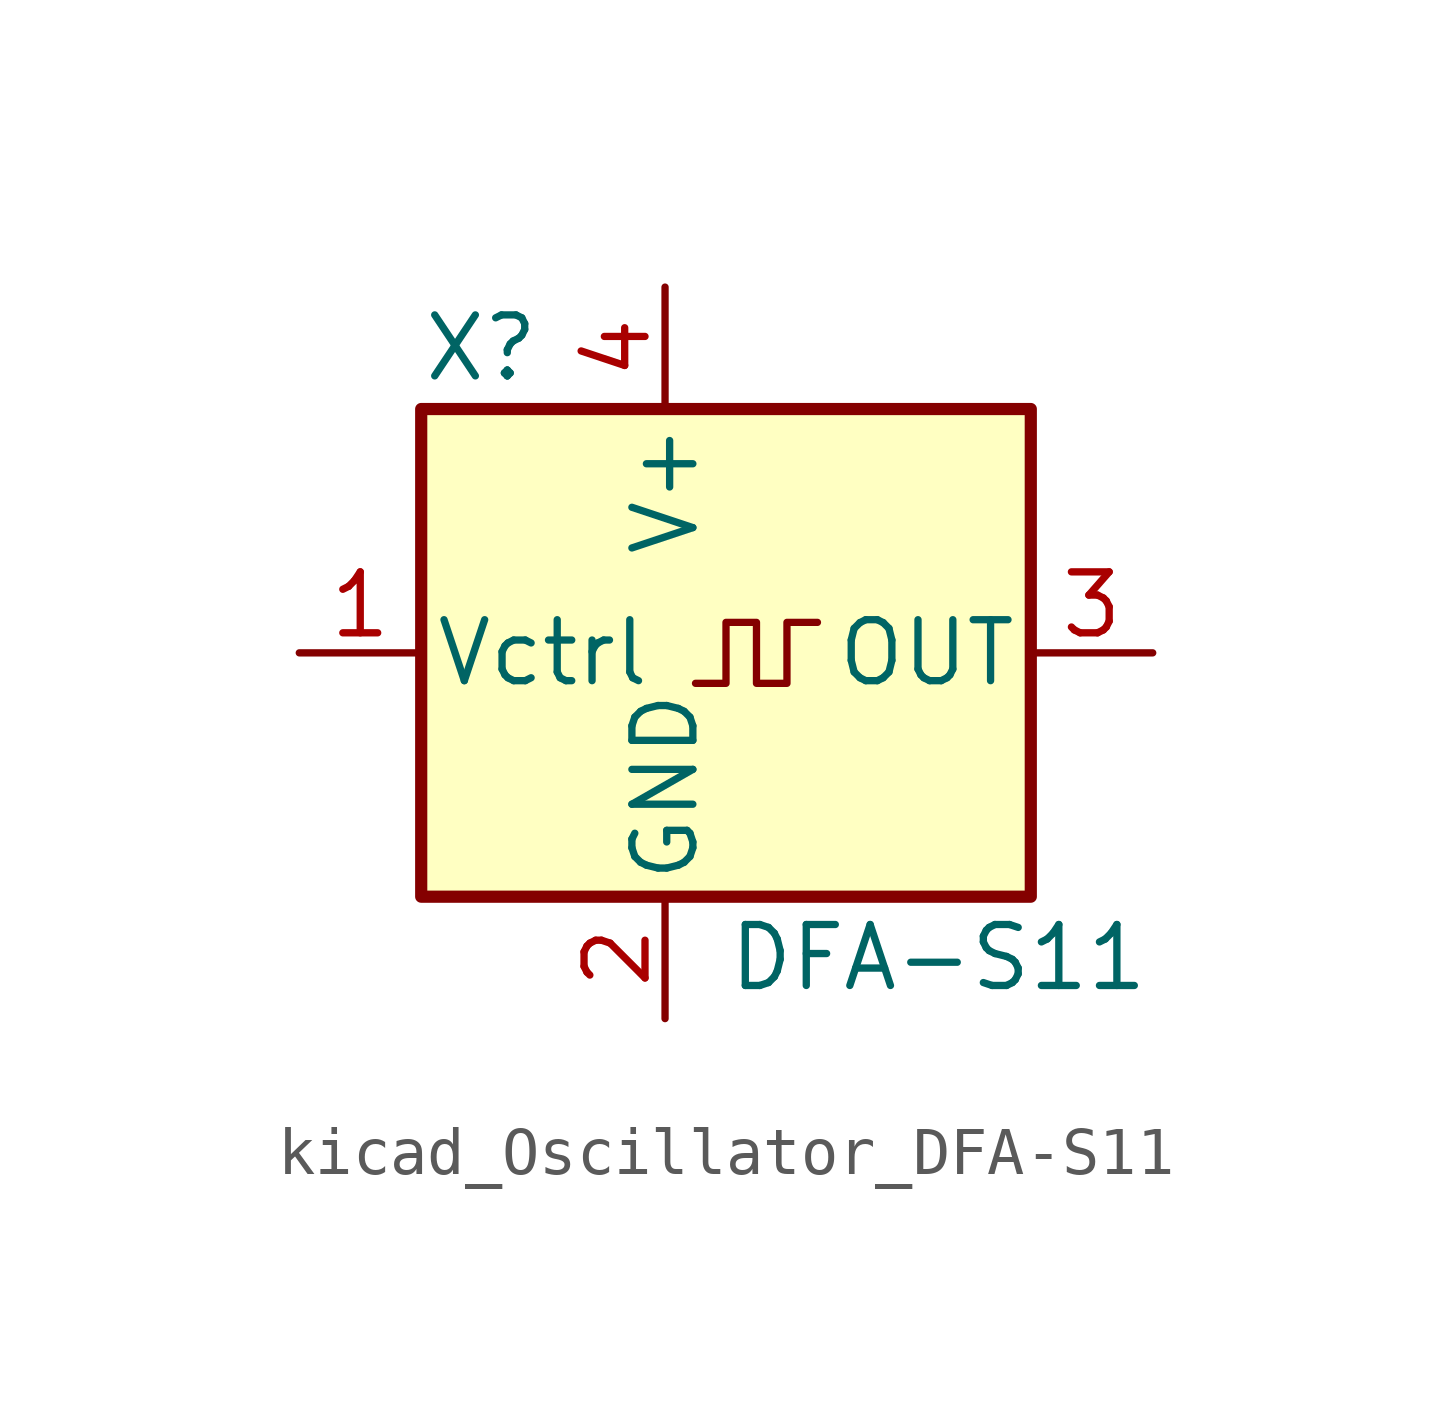
<source format=kicad_sym>
(kicad_symbol_lib
  (version 20220914)
  (generator kicad_symbol_editor)
  (symbol "kicad_Oscillator_DFA-S11"
    (pin_names
      (offset 0.254))
    (property "Reference" "X"
      (at -5.08 6.35 0)
      (effects (font (size 1.27 1.27)) (justify left)))
    (property "Value" "DFA-S11"
      (at 1.27 -6.35 0)
      (effects (font (size 1.27 1.27)) (justify left)))
    (symbol "kicad_Oscillator_DFA-S11_0_1"
      (rectangle (start -5.08 5.08) (end 7.62 -5.08) (stroke (width 0.254) (type default)) (fill (type background)))
      (polyline (pts (xy 0.635 -0.635) (xy 1.27 -0.635) (xy 1.27 0.635) (xy 1.905 0.635) (xy 1.905 -0.635) (xy 2.54 -0.635) (xy 2.54 0.635) (xy 3.175 0.635)) (stroke (width 0) (type default)) (fill (type none))))
    (symbol "kicad_Oscillator_DFA-S11_1_1"
      (pin input line (at -7.62 0 0) (length 2.54) (name "Vctrl" (effects (font (size 1.27 1.27)))) (number "1" (effects (font (size 1.27 1.27)))))
      (pin power_in line (at 0 -7.62 90) (length 2.54) (name "GND" (effects (font (size 1.27 1.27)))) (number "2" (effects (font (size 1.27 1.27)))))
      (pin output line (at 10.16 0 180) (length 2.54) (name "OUT" (effects (font (size 1.27 1.27)))) (number "3" (effects (font (size 1.27 1.27)))))
      (pin power_in line (at 0 7.62 270) (length 2.54) (name "V+" (effects (font (size 1.27 1.27)))) (number "4" (effects (font (size 1.27 1.27))))))))
</source>
